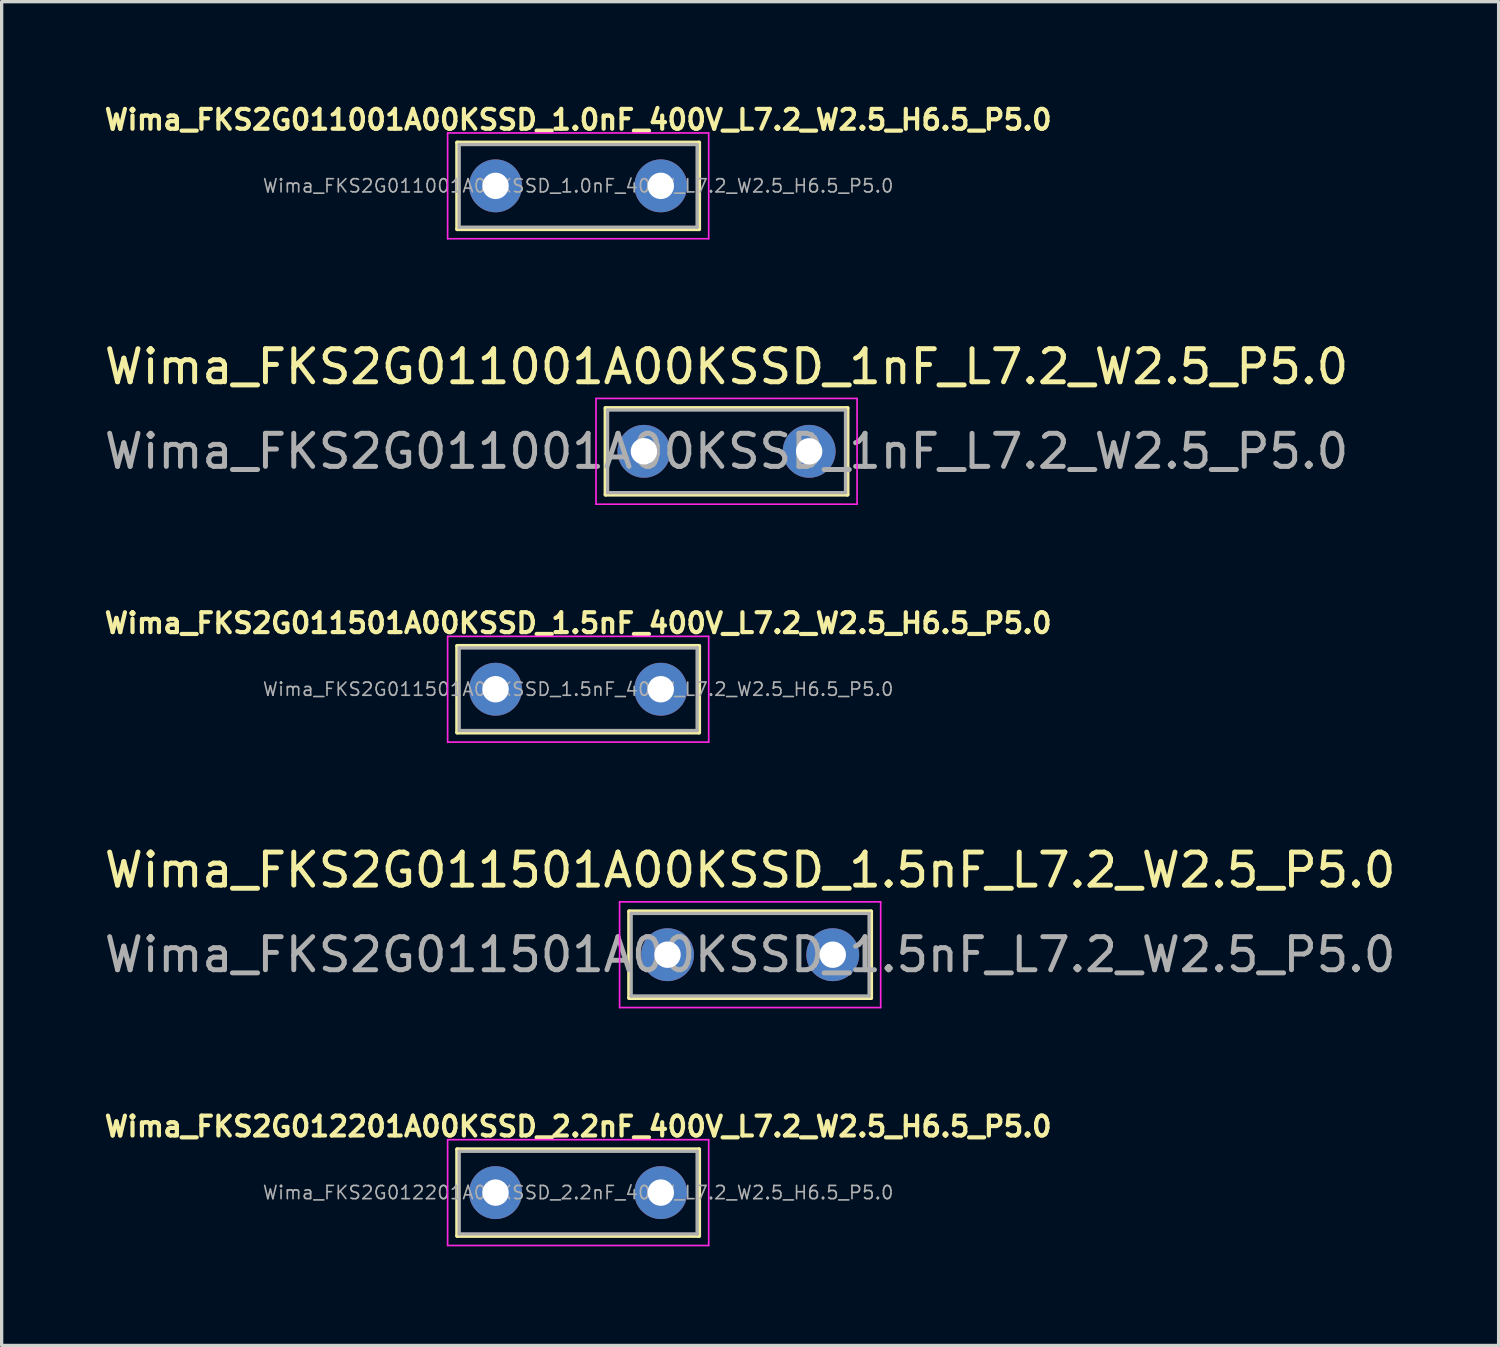
<source format=kicad_pcb>
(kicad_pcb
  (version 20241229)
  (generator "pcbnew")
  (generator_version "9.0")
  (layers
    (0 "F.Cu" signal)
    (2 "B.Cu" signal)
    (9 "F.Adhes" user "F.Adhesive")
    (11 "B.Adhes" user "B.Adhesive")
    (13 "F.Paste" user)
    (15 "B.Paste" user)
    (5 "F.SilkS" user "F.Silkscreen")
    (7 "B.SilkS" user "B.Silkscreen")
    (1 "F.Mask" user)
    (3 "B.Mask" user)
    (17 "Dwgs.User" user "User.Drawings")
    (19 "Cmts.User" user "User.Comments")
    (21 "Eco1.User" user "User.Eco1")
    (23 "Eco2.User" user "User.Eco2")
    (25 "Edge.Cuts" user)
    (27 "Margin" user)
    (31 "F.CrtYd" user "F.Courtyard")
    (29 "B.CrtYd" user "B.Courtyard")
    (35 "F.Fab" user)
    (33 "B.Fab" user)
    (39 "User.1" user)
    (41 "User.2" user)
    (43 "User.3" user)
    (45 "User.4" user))
  (footprint "Wima_FKS2G011001A00KSSD_1.0nF_400V_L7.2_W2.5_H6.5_P5.0"
    (layer "F.Cu")
    (at 14.445 2.574)
    (property "Reference" "Wima_FKS2G011001A00KSSD_1.0nF_400V_L7.2_W2.5_H6.5_P5.0" (at 0 -2 0) (layer "F.SilkS") (effects (font (size 0.6 0.6) (thickness 0.127))))
    (attr through_hole)
    (fp_line (start -3.66 -1.31) (end -3.66 1.31) (stroke (width 0.12) (type solid)) (layer "F.SilkS"))
    (fp_line (start -3.66 -1.31) (end 3.66 -1.31) (stroke (width 0.12) (type solid)) (layer "F.SilkS"))
    (fp_line (start -3.66 1.31) (end 3.66 1.31) (stroke (width 0.12) (type solid)) (layer "F.SilkS"))
    (fp_line (start 3.66 -1.31) (end 3.66 1.31) (stroke (width 0.12) (type solid)) (layer "F.SilkS"))
    (fp_line (start -3.95 -1.6) (end -3.95 1.6) (stroke (width 0.05) (type solid)) (layer "F.CrtYd"))
    (fp_line (start -3.95 1.6) (end 3.95 1.6) (stroke (width 0.05) (type solid)) (layer "F.CrtYd"))
    (fp_line (start 3.95 -1.6) (end -3.95 -1.6) (stroke (width 0.05) (type solid)) (layer "F.CrtYd"))
    (fp_line (start 3.95 1.6) (end 3.95 -1.6) (stroke (width 0.05) (type solid)) (layer "F.CrtYd"))
    (fp_line (start -3.6 -1.25) (end -3.6 1.25) (stroke (width 0.1) (type solid)) (layer "F.Fab"))
    (fp_line (start -3.6 1.25) (end 3.6 1.25) (stroke (width 0.1) (type solid)) (layer "F.Fab"))
    (fp_line (start 3.6 -1.25) (end -3.6 -1.25) (stroke (width 0.1) (type solid)) (layer "F.Fab"))
    (fp_line (start 3.6 1.25) (end 3.6 -1.25) (stroke (width 0.1) (type solid)) (layer "F.Fab"))
    (fp_text user "${REFERENCE}" (at 0 0 0) (layer "F.Fab") (effects (font (size 0.4 0.4) (thickness 0.05))))
    (pad "1" thru_hole circle (at -2.5 0) (size 1.6 1.6) (drill 0.8) (layers "*.Cu" "*.Mask"))
    (pad "2" thru_hole circle (at 2.5 0) (size 1.6 1.6) (drill 0.8) (layers "*.Cu" "*.Mask")))
  (footprint "Wima_FKS2G012201A00KSSD_2.2nF_400V_L7.2_W2.5_H6.5_P5.0"
    (layer "F.Cu")
    (at 14.445 33.038)
    (property "Reference" "Wima_FKS2G012201A00KSSD_2.2nF_400V_L7.2_W2.5_H6.5_P5.0" (at 0 -2 0) (layer "F.SilkS") (effects (font (size 0.6 0.6) (thickness 0.127))))
    (attr through_hole)
    (fp_line (start -3.66 -1.31) (end -3.66 1.31) (stroke (width 0.12) (type solid)) (layer "F.SilkS"))
    (fp_line (start -3.66 -1.31) (end 3.66 -1.31) (stroke (width 0.12) (type solid)) (layer "F.SilkS"))
    (fp_line (start -3.66 1.31) (end 3.66 1.31) (stroke (width 0.12) (type solid)) (layer "F.SilkS"))
    (fp_line (start 3.66 -1.31) (end 3.66 1.31) (stroke (width 0.12) (type solid)) (layer "F.SilkS"))
    (fp_line (start -3.95 -1.6) (end -3.95 1.6) (stroke (width 0.05) (type solid)) (layer "F.CrtYd"))
    (fp_line (start -3.95 1.6) (end 3.95 1.6) (stroke (width 0.05) (type solid)) (layer "F.CrtYd"))
    (fp_line (start 3.95 -1.6) (end -3.95 -1.6) (stroke (width 0.05) (type solid)) (layer "F.CrtYd"))
    (fp_line (start 3.95 1.6) (end 3.95 -1.6) (stroke (width 0.05) (type solid)) (layer "F.CrtYd"))
    (fp_line (start -3.6 -1.25) (end -3.6 1.25) (stroke (width 0.1) (type solid)) (layer "F.Fab"))
    (fp_line (start -3.6 1.25) (end 3.6 1.25) (stroke (width 0.1) (type solid)) (layer "F.Fab"))
    (fp_line (start 3.6 -1.25) (end -3.6 -1.25) (stroke (width 0.1) (type solid)) (layer "F.Fab"))
    (fp_line (start 3.6 1.25) (end 3.6 -1.25) (stroke (width 0.1) (type solid)) (layer "F.Fab"))
    (fp_text user "${REFERENCE}" (at 0 0 0) (layer "F.Fab") (effects (font (size 0.4 0.4) (thickness 0.05))))
    (pad "1" thru_hole circle (at -2.5 0) (size 1.6 1.6) (drill 0.8) (layers "*.Cu" "*.Mask"))
    (pad "2" thru_hole circle (at 2.5 0) (size 1.6 1.6) (drill 0.8) (layers "*.Cu" "*.Mask")))
  (footprint "Wima_FKS2G011501A00KSSD_1.5nF_L7.2_W2.5_P5.0"
    (layer "F.Cu")
    (at 17.149 25.839)
    (property "Reference" "Wima_FKS2G011501A00KSSD_1.5nF_L7.2_W2.5_P5.0" (at 2.5 -2.56 0) (layer "F.SilkS") (effects (font (size 1 1) (thickness 0.15))))
    (attr through_hole)
    (fp_line (start -1.16 -1.31) (end -1.16 1.31) (stroke (width 0.12) (type solid)) (layer "F.SilkS"))
    (fp_line (start -1.16 -1.31) (end 6.16 -1.31) (stroke (width 0.12) (type solid)) (layer "F.SilkS"))
    (fp_line (start -1.16 1.31) (end 6.16 1.31) (stroke (width 0.12) (type solid)) (layer "F.SilkS"))
    (fp_line (start 6.16 -1.31) (end 6.16 1.31) (stroke (width 0.12) (type solid)) (layer "F.SilkS"))
    (fp_line (start -1.45 -1.6) (end -1.45 1.6) (stroke (width 0.05) (type solid)) (layer "F.CrtYd"))
    (fp_line (start -1.45 1.6) (end 6.45 1.6) (stroke (width 0.05) (type solid)) (layer "F.CrtYd"))
    (fp_line (start 6.45 -1.6) (end -1.45 -1.6) (stroke (width 0.05) (type solid)) (layer "F.CrtYd"))
    (fp_line (start 6.45 1.6) (end 6.45 -1.6) (stroke (width 0.05) (type solid)) (layer "F.CrtYd"))
    (fp_line (start -1.1 -1.25) (end -1.1 1.25) (stroke (width 0.1) (type solid)) (layer "F.Fab"))
    (fp_line (start -1.1 1.25) (end 6.1 1.25) (stroke (width 0.1) (type solid)) (layer "F.Fab"))
    (fp_line (start 6.1 -1.25) (end -1.1 -1.25) (stroke (width 0.1) (type solid)) (layer "F.Fab"))
    (fp_line (start 6.1 1.25) (end 6.1 -1.25) (stroke (width 0.1) (type solid)) (layer "F.Fab"))
    (fp_text user "${REFERENCE}" (at 2.5 0 0) (layer "F.Fab") (effects (font (size 1 1) (thickness 0.15))))
    (pad "1" thru_hole circle (at 0 0) (size 1.6 1.6) (drill 0.8) (layers "*.Cu" "*.Mask"))
    (pad "2" thru_hole circle (at 5 0) (size 1.6 1.6) (drill 0.8) (layers "*.Cu" "*.Mask")))
  (footprint "Wima_FKS2G011501A00KSSD_1.5nF_400V_L7.2_W2.5_H6.5_P5.0"
    (layer "F.Cu")
    (at 14.445 17.806)
    (property "Reference" "Wima_FKS2G011501A00KSSD_1.5nF_400V_L7.2_W2.5_H6.5_P5.0" (at 0 -2 0) (layer "F.SilkS") (effects (font (size 0.6 0.6) (thickness 0.127))))
    (attr through_hole)
    (fp_line (start -3.66 -1.31) (end -3.66 1.31) (stroke (width 0.12) (type solid)) (layer "F.SilkS"))
    (fp_line (start -3.66 -1.31) (end 3.66 -1.31) (stroke (width 0.12) (type solid)) (layer "F.SilkS"))
    (fp_line (start -3.66 1.31) (end 3.66 1.31) (stroke (width 0.12) (type solid)) (layer "F.SilkS"))
    (fp_line (start 3.66 -1.31) (end 3.66 1.31) (stroke (width 0.12) (type solid)) (layer "F.SilkS"))
    (fp_line (start -3.95 -1.6) (end -3.95 1.6) (stroke (width 0.05) (type solid)) (layer "F.CrtYd"))
    (fp_line (start -3.95 1.6) (end 3.95 1.6) (stroke (width 0.05) (type solid)) (layer "F.CrtYd"))
    (fp_line (start 3.95 -1.6) (end -3.95 -1.6) (stroke (width 0.05) (type solid)) (layer "F.CrtYd"))
    (fp_line (start 3.95 1.6) (end 3.95 -1.6) (stroke (width 0.05) (type solid)) (layer "F.CrtYd"))
    (fp_line (start -3.6 -1.25) (end -3.6 1.25) (stroke (width 0.1) (type solid)) (layer "F.Fab"))
    (fp_line (start -3.6 1.25) (end 3.6 1.25) (stroke (width 0.1) (type solid)) (layer "F.Fab"))
    (fp_line (start 3.6 -1.25) (end -3.6 -1.25) (stroke (width 0.1) (type solid)) (layer "F.Fab"))
    (fp_line (start 3.6 1.25) (end 3.6 -1.25) (stroke (width 0.1) (type solid)) (layer "F.Fab"))
    (fp_text user "${REFERENCE}" (at 0 0 0) (layer "F.Fab") (effects (font (size 0.4 0.4) (thickness 0.05))))
    (pad "1" thru_hole circle (at -2.5 0) (size 1.6 1.6) (drill 0.8) (layers "*.Cu" "*.Mask"))
    (pad "2" thru_hole circle (at 2.5 0) (size 1.6 1.6) (drill 0.8) (layers "*.Cu" "*.Mask")))
  (footprint "Wima_FKS2G011001A00KSSD_1nF_L7.2_W2.5_P5.0"
    (layer "F.Cu")
    (at 16.435 10.607)
    (property "Reference" "Wima_FKS2G011001A00KSSD_1nF_L7.2_W2.5_P5.0" (at 2.5 -2.56 0) (layer "F.SilkS") (effects (font (size 1 1) (thickness 0.15))))
    (attr through_hole)
    (fp_line (start -1.16 -1.31) (end -1.16 1.31) (stroke (width 0.12) (type solid)) (layer "F.SilkS"))
    (fp_line (start -1.16 -1.31) (end 6.16 -1.31) (stroke (width 0.12) (type solid)) (layer "F.SilkS"))
    (fp_line (start -1.16 1.31) (end 6.16 1.31) (stroke (width 0.12) (type solid)) (layer "F.SilkS"))
    (fp_line (start 6.16 -1.31) (end 6.16 1.31) (stroke (width 0.12) (type solid)) (layer "F.SilkS"))
    (fp_line (start -1.45 -1.6) (end -1.45 1.6) (stroke (width 0.05) (type solid)) (layer "F.CrtYd"))
    (fp_line (start -1.45 1.6) (end 6.45 1.6) (stroke (width 0.05) (type solid)) (layer "F.CrtYd"))
    (fp_line (start 6.45 -1.6) (end -1.45 -1.6) (stroke (width 0.05) (type solid)) (layer "F.CrtYd"))
    (fp_line (start 6.45 1.6) (end 6.45 -1.6) (stroke (width 0.05) (type solid)) (layer "F.CrtYd"))
    (fp_line (start -1.1 -1.25) (end -1.1 1.25) (stroke (width 0.1) (type solid)) (layer "F.Fab"))
    (fp_line (start -1.1 1.25) (end 6.1 1.25) (stroke (width 0.1) (type solid)) (layer "F.Fab"))
    (fp_line (start 6.1 -1.25) (end -1.1 -1.25) (stroke (width 0.1) (type solid)) (layer "F.Fab"))
    (fp_line (start 6.1 1.25) (end 6.1 -1.25) (stroke (width 0.1) (type solid)) (layer "F.Fab"))
    (fp_text user "${REFERENCE}" (at 2.5 0 0) (layer "F.Fab") (effects (font (size 1 1) (thickness 0.15))))
    (pad "1" thru_hole circle (at 0 0) (size 1.6 1.6) (drill 0.8) (layers "*.Cu" "*.Mask"))
    (pad "2" thru_hole circle (at 5 0) (size 1.6 1.6) (drill 0.8) (layers "*.Cu" "*.Mask")))
  (gr_rect
    (start -3 -3)
    (end 42.298 37.663)
    (stroke (width 0.1) (type default))
    (fill no)
    (layer "Edge.Cuts")))
</source>
